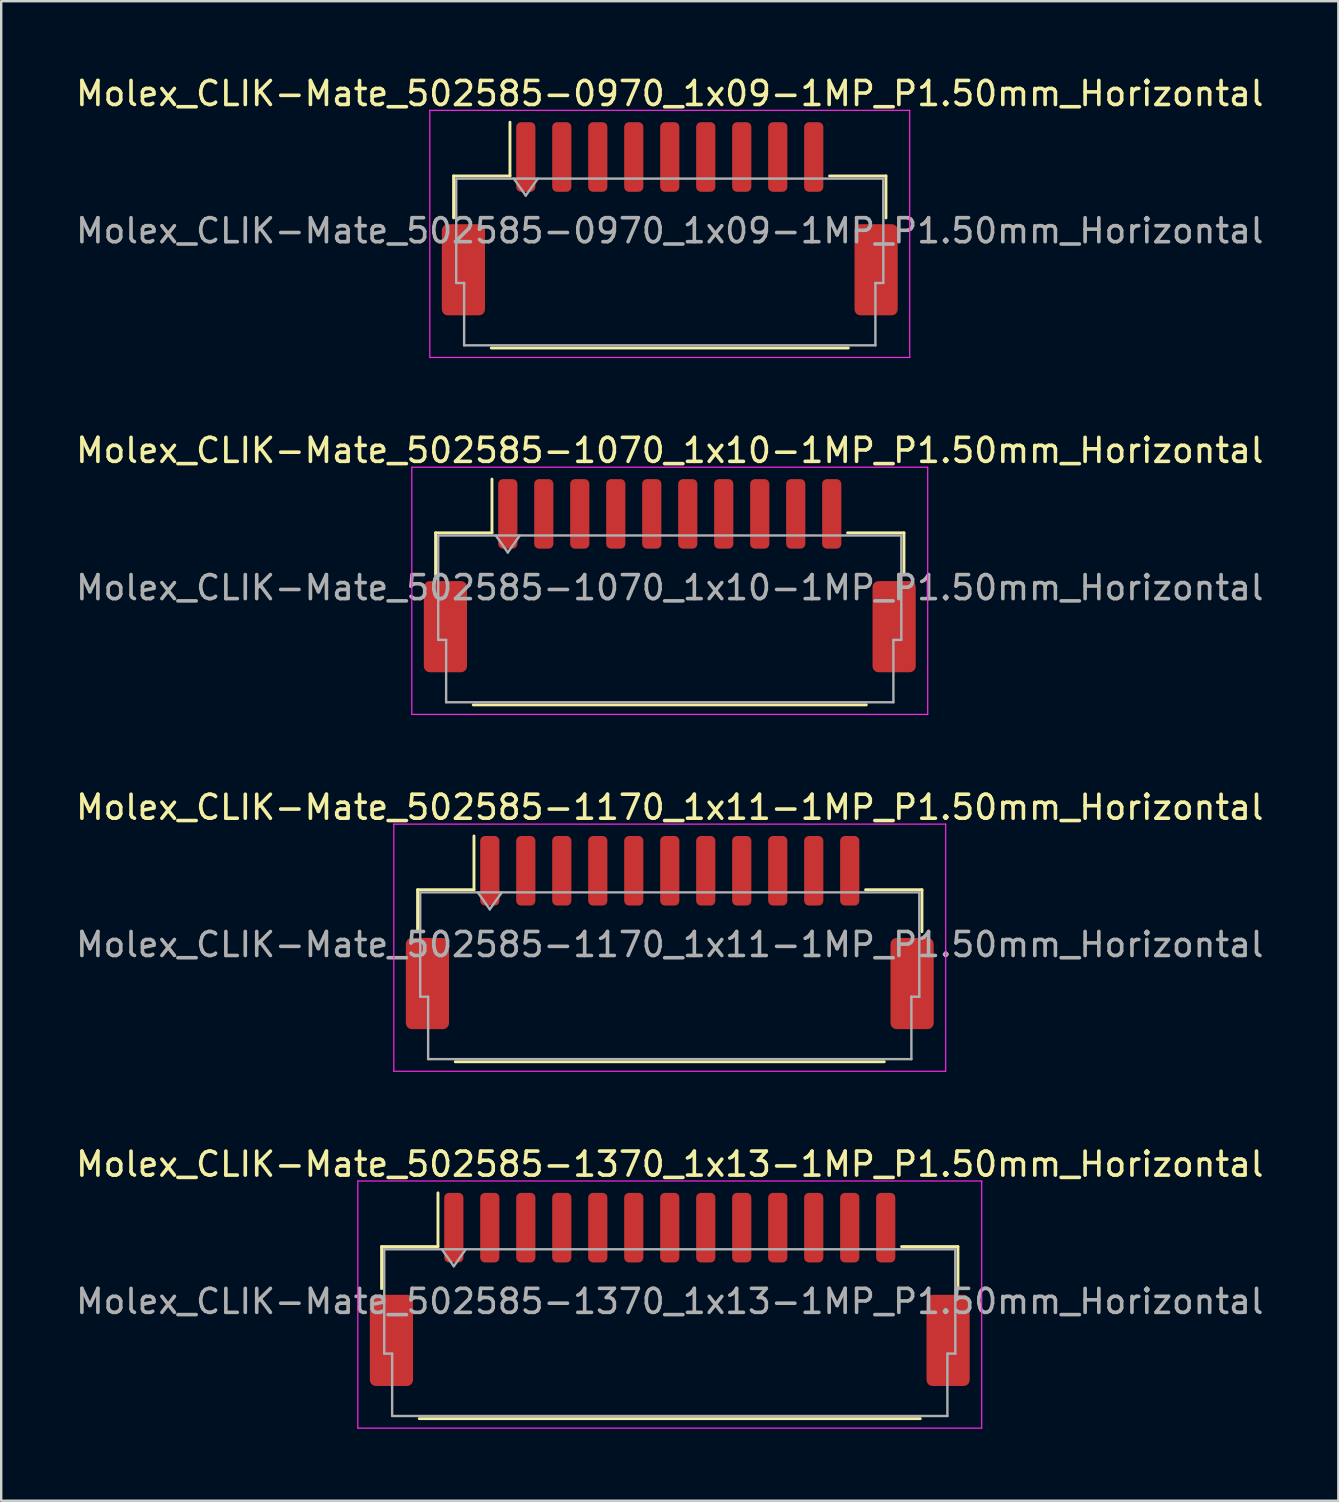
<source format=kicad_pcb>
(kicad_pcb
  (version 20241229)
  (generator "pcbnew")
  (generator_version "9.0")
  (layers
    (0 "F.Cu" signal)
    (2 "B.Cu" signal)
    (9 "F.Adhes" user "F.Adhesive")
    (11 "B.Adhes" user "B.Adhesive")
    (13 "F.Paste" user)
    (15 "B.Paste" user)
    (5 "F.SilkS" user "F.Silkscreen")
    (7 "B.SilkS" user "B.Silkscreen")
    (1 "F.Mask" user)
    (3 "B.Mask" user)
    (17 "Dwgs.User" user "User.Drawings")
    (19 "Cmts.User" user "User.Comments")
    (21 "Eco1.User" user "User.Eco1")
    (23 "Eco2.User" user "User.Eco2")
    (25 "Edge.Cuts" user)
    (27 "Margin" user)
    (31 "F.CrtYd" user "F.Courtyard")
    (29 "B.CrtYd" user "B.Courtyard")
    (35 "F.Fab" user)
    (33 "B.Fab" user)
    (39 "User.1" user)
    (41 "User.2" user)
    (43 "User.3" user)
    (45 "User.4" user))
  (footprint "Molex_CLIK-Mate_502585-1370_1x13-1MP_P1.50mm_Horizontal"
    (layer "F.Cu")
    (at 24.863 50.688)
    (property "Reference" "Molex_CLIK-Mate_502585-1370_1x13-1MP_P1.50mm_Horizontal" (at 0 -5.22 0) (layer "F.SilkS") (effects (font (size 1 1) (thickness 0.15))))
    (attr smd)
    (fp_line (start -12.01 -1.785) (end -9.66 -1.785) (stroke (width 0.12) (type solid)) (layer "F.SilkS"))
    (fp_line (start -12.01 -0.035) (end -12.01 -1.785) (stroke (width 0.12) (type solid)) (layer "F.SilkS"))
    (fp_line (start -10.44 5.385) (end 10.44 5.385) (stroke (width 0.12) (type solid)) (layer "F.SilkS"))
    (fp_line (start -9.66 -1.785) (end -9.66 -4.025) (stroke (width 0.12) (type solid)) (layer "F.SilkS"))
    (fp_line (start 12.01 -1.785) (end 9.66 -1.785) (stroke (width 0.12) (type solid)) (layer "F.SilkS"))
    (fp_line (start 12.01 -0.035) (end 12.01 -1.785) (stroke (width 0.12) (type solid)) (layer "F.SilkS"))
    (fp_line (start -13 -4.52) (end -13 5.78) (stroke (width 0.05) (type solid)) (layer "F.CrtYd"))
    (fp_line (start -13 5.78) (end 13 5.78) (stroke (width 0.05) (type solid)) (layer "F.CrtYd"))
    (fp_line (start 13 -4.52) (end -13 -4.52) (stroke (width 0.05) (type solid)) (layer "F.CrtYd"))
    (fp_line (start 13 5.78) (end 13 -4.52) (stroke (width 0.05) (type solid)) (layer "F.CrtYd"))
    (fp_line (start -11.9 -1.675) (end -11.9 2.675) (stroke (width 0.1) (type solid)) (layer "F.Fab"))
    (fp_line (start -11.9 -1.675) (end 11.9 -1.675) (stroke (width 0.1) (type solid)) (layer "F.Fab"))
    (fp_line (start -11.9 2.675) (end -11.57 2.675) (stroke (width 0.1) (type solid)) (layer "F.Fab"))
    (fp_line (start -11.57 2.675) (end -11.57 5.275) (stroke (width 0.1) (type solid)) (layer "F.Fab"))
    (fp_line (start -11.57 5.275) (end 11.57 5.275) (stroke (width 0.1) (type solid)) (layer "F.Fab"))
    (fp_line (start -9.5 -1.675) (end -9 -0.968) (stroke (width 0.1) (type solid)) (layer "F.Fab"))
    (fp_line (start -9 -0.968) (end -8.5 -1.675) (stroke (width 0.1) (type solid)) (layer "F.Fab"))
    (fp_line (start 11.57 2.675) (end 11.9 2.675) (stroke (width 0.1) (type solid)) (layer "F.Fab"))
    (fp_line (start 11.57 5.275) (end 11.57 2.675) (stroke (width 0.1) (type solid)) (layer "F.Fab"))
    (fp_line (start 11.9 -1.675) (end 11.9 2.675) (stroke (width 0.1) (type solid)) (layer "F.Fab"))
    (fp_text user "${REFERENCE}" (at 0 0.5 0) (layer "F.Fab") (effects (font (size 1 1) (thickness 0.15))))
    (pad "1" smd roundrect (at -9 -2.575) (size 0.8 2.9) (layers "F.Cu" "F.Mask" "F.Paste") (roundrect_rratio 0.25))
    (pad "2" smd roundrect (at -7.5 -2.575) (size 0.8 2.9) (layers "F.Cu" "F.Mask" "F.Paste") (roundrect_rratio 0.25))
    (pad "3" smd roundrect (at -6 -2.575) (size 0.8 2.9) (layers "F.Cu" "F.Mask" "F.Paste") (roundrect_rratio 0.25))
    (pad "4" smd roundrect (at -4.5 -2.575) (size 0.8 2.9) (layers "F.Cu" "F.Mask" "F.Paste") (roundrect_rratio 0.25))
    (pad "5" smd roundrect (at -3 -2.575) (size 0.8 2.9) (layers "F.Cu" "F.Mask" "F.Paste") (roundrect_rratio 0.25))
    (pad "6" smd roundrect (at -1.5 -2.575) (size 0.8 2.9) (layers "F.Cu" "F.Mask" "F.Paste") (roundrect_rratio 0.25))
    (pad "7" smd roundrect (at 0 -2.575) (size 0.8 2.9) (layers "F.Cu" "F.Mask" "F.Paste") (roundrect_rratio 0.25))
    (pad "8" smd roundrect (at 1.5 -2.575) (size 0.8 2.9) (layers "F.Cu" "F.Mask" "F.Paste") (roundrect_rratio 0.25))
    (pad "9" smd roundrect (at 3 -2.575) (size 0.8 2.9) (layers "F.Cu" "F.Mask" "F.Paste") (roundrect_rratio 0.25))
    (pad "10" smd roundrect (at 4.5 -2.575) (size 0.8 2.9) (layers "F.Cu" "F.Mask" "F.Paste") (roundrect_rratio 0.25))
    (pad "11" smd roundrect (at 6 -2.575) (size 0.8 2.9) (layers "F.Cu" "F.Mask" "F.Paste") (roundrect_rratio 0.25))
    (pad "12" smd roundrect (at 7.5 -2.575) (size 0.8 2.9) (layers "F.Cu" "F.Mask" "F.Paste") (roundrect_rratio 0.25))
    (pad "13" smd roundrect (at 9 -2.575) (size 0.8 2.9) (layers "F.Cu" "F.Mask" "F.Paste") (roundrect_rratio 0.25))
    (pad "MP" smd roundrect (at -11.6 2.125) (size 1.8 3.8) (layers "F.Cu" "F.Mask" "F.Paste") (roundrect_rratio 0.139))
    (pad "MP" smd roundrect (at 11.6 2.125) (size 1.8 3.8) (layers "F.Cu" "F.Mask" "F.Paste") (roundrect_rratio 0.139)))
  (footprint "Molex_CLIK-Mate_502585-1070_1x10-1MP_P1.50mm_Horizontal"
    (layer "F.Cu")
    (at 24.863 20.942)
    (property "Reference" "Molex_CLIK-Mate_502585-1070_1x10-1MP_P1.50mm_Horizontal" (at 0 -5.22 0) (layer "F.SilkS") (effects (font (size 1 1) (thickness 0.15))))
    (attr smd)
    (fp_line (start -9.76 -1.785) (end -7.41 -1.785) (stroke (width 0.12) (type solid)) (layer "F.SilkS"))
    (fp_line (start -9.76 -0.035) (end -9.76 -1.785) (stroke (width 0.12) (type solid)) (layer "F.SilkS"))
    (fp_line (start -8.19 5.385) (end 8.19 5.385) (stroke (width 0.12) (type solid)) (layer "F.SilkS"))
    (fp_line (start -7.41 -1.785) (end -7.41 -4.025) (stroke (width 0.12) (type solid)) (layer "F.SilkS"))
    (fp_line (start 9.76 -1.785) (end 7.41 -1.785) (stroke (width 0.12) (type solid)) (layer "F.SilkS"))
    (fp_line (start 9.76 -0.035) (end 9.76 -1.785) (stroke (width 0.12) (type solid)) (layer "F.SilkS"))
    (fp_line (start -10.75 -4.52) (end -10.75 5.78) (stroke (width 0.05) (type solid)) (layer "F.CrtYd"))
    (fp_line (start -10.75 5.78) (end 10.75 5.78) (stroke (width 0.05) (type solid)) (layer "F.CrtYd"))
    (fp_line (start 10.75 -4.52) (end -10.75 -4.52) (stroke (width 0.05) (type solid)) (layer "F.CrtYd"))
    (fp_line (start 10.75 5.78) (end 10.75 -4.52) (stroke (width 0.05) (type solid)) (layer "F.CrtYd"))
    (fp_line (start -9.65 -1.675) (end -9.65 2.675) (stroke (width 0.1) (type solid)) (layer "F.Fab"))
    (fp_line (start -9.65 -1.675) (end 9.65 -1.675) (stroke (width 0.1) (type solid)) (layer "F.Fab"))
    (fp_line (start -9.65 2.675) (end -9.32 2.675) (stroke (width 0.1) (type solid)) (layer "F.Fab"))
    (fp_line (start -9.32 2.675) (end -9.32 5.275) (stroke (width 0.1) (type solid)) (layer "F.Fab"))
    (fp_line (start -9.32 5.275) (end 9.32 5.275) (stroke (width 0.1) (type solid)) (layer "F.Fab"))
    (fp_line (start -7.25 -1.675) (end -6.75 -0.968) (stroke (width 0.1) (type solid)) (layer "F.Fab"))
    (fp_line (start -6.75 -0.968) (end -6.25 -1.675) (stroke (width 0.1) (type solid)) (layer "F.Fab"))
    (fp_line (start 9.32 2.675) (end 9.65 2.675) (stroke (width 0.1) (type solid)) (layer "F.Fab"))
    (fp_line (start 9.32 5.275) (end 9.32 2.675) (stroke (width 0.1) (type solid)) (layer "F.Fab"))
    (fp_line (start 9.65 -1.675) (end 9.65 2.675) (stroke (width 0.1) (type solid)) (layer "F.Fab"))
    (fp_text user "${REFERENCE}" (at 0 0.5 0) (layer "F.Fab") (effects (font (size 1 1) (thickness 0.15))))
    (pad "1" smd roundrect (at -6.75 -2.575) (size 0.8 2.9) (layers "F.Cu" "F.Mask" "F.Paste") (roundrect_rratio 0.25))
    (pad "2" smd roundrect (at -5.25 -2.575) (size 0.8 2.9) (layers "F.Cu" "F.Mask" "F.Paste") (roundrect_rratio 0.25))
    (pad "3" smd roundrect (at -3.75 -2.575) (size 0.8 2.9) (layers "F.Cu" "F.Mask" "F.Paste") (roundrect_rratio 0.25))
    (pad "4" smd roundrect (at -2.25 -2.575) (size 0.8 2.9) (layers "F.Cu" "F.Mask" "F.Paste") (roundrect_rratio 0.25))
    (pad "5" smd roundrect (at -0.75 -2.575) (size 0.8 2.9) (layers "F.Cu" "F.Mask" "F.Paste") (roundrect_rratio 0.25))
    (pad "6" smd roundrect (at 0.75 -2.575) (size 0.8 2.9) (layers "F.Cu" "F.Mask" "F.Paste") (roundrect_rratio 0.25))
    (pad "7" smd roundrect (at 2.25 -2.575) (size 0.8 2.9) (layers "F.Cu" "F.Mask" "F.Paste") (roundrect_rratio 0.25))
    (pad "8" smd roundrect (at 3.75 -2.575) (size 0.8 2.9) (layers "F.Cu" "F.Mask" "F.Paste") (roundrect_rratio 0.25))
    (pad "9" smd roundrect (at 5.25 -2.575) (size 0.8 2.9) (layers "F.Cu" "F.Mask" "F.Paste") (roundrect_rratio 0.25))
    (pad "10" smd roundrect (at 6.75 -2.575) (size 0.8 2.9) (layers "F.Cu" "F.Mask" "F.Paste") (roundrect_rratio 0.25))
    (pad "MP" smd roundrect (at -9.35 2.125) (size 1.8 3.8) (layers "F.Cu" "F.Mask" "F.Paste") (roundrect_rratio 0.139))
    (pad "MP" smd roundrect (at 9.35 2.125) (size 1.8 3.8) (layers "F.Cu" "F.Mask" "F.Paste") (roundrect_rratio 0.139)))
  (footprint "Molex_CLIK-Mate_502585-1170_1x11-1MP_P1.50mm_Horizontal"
    (layer "F.Cu")
    (at 24.863 35.815)
    (property "Reference" "Molex_CLIK-Mate_502585-1170_1x11-1MP_P1.50mm_Horizontal" (at 0 -5.22 0) (layer "F.SilkS") (effects (font (size 1 1) (thickness 0.15))))
    (attr smd)
    (fp_line (start -10.51 -1.785) (end -8.16 -1.785) (stroke (width 0.12) (type solid)) (layer "F.SilkS"))
    (fp_line (start -10.51 -0.035) (end -10.51 -1.785) (stroke (width 0.12) (type solid)) (layer "F.SilkS"))
    (fp_line (start -8.94 5.385) (end 8.94 5.385) (stroke (width 0.12) (type solid)) (layer "F.SilkS"))
    (fp_line (start -8.16 -1.785) (end -8.16 -4.025) (stroke (width 0.12) (type solid)) (layer "F.SilkS"))
    (fp_line (start 10.51 -1.785) (end 8.16 -1.785) (stroke (width 0.12) (type solid)) (layer "F.SilkS"))
    (fp_line (start 10.51 -0.035) (end 10.51 -1.785) (stroke (width 0.12) (type solid)) (layer "F.SilkS"))
    (fp_line (start -11.5 -4.52) (end -11.5 5.78) (stroke (width 0.05) (type solid)) (layer "F.CrtYd"))
    (fp_line (start -11.5 5.78) (end 11.5 5.78) (stroke (width 0.05) (type solid)) (layer "F.CrtYd"))
    (fp_line (start 11.5 -4.52) (end -11.5 -4.52) (stroke (width 0.05) (type solid)) (layer "F.CrtYd"))
    (fp_line (start 11.5 5.78) (end 11.5 -4.52) (stroke (width 0.05) (type solid)) (layer "F.CrtYd"))
    (fp_line (start -10.4 -1.675) (end -10.4 2.675) (stroke (width 0.1) (type solid)) (layer "F.Fab"))
    (fp_line (start -10.4 -1.675) (end 10.4 -1.675) (stroke (width 0.1) (type solid)) (layer "F.Fab"))
    (fp_line (start -10.4 2.675) (end -10.07 2.675) (stroke (width 0.1) (type solid)) (layer "F.Fab"))
    (fp_line (start -10.07 2.675) (end -10.07 5.275) (stroke (width 0.1) (type solid)) (layer "F.Fab"))
    (fp_line (start -10.07 5.275) (end 10.07 5.275) (stroke (width 0.1) (type solid)) (layer "F.Fab"))
    (fp_line (start -8 -1.675) (end -7.5 -0.968) (stroke (width 0.1) (type solid)) (layer "F.Fab"))
    (fp_line (start -7.5 -0.968) (end -7 -1.675) (stroke (width 0.1) (type solid)) (layer "F.Fab"))
    (fp_line (start 10.07 2.675) (end 10.4 2.675) (stroke (width 0.1) (type solid)) (layer "F.Fab"))
    (fp_line (start 10.07 5.275) (end 10.07 2.675) (stroke (width 0.1) (type solid)) (layer "F.Fab"))
    (fp_line (start 10.4 -1.675) (end 10.4 2.675) (stroke (width 0.1) (type solid)) (layer "F.Fab"))
    (fp_text user "${REFERENCE}" (at 0 0.5 0) (layer "F.Fab") (effects (font (size 1 1) (thickness 0.15))))
    (pad "1" smd roundrect (at -7.5 -2.575) (size 0.8 2.9) (layers "F.Cu" "F.Mask" "F.Paste") (roundrect_rratio 0.25))
    (pad "2" smd roundrect (at -6 -2.575) (size 0.8 2.9) (layers "F.Cu" "F.Mask" "F.Paste") (roundrect_rratio 0.25))
    (pad "3" smd roundrect (at -4.5 -2.575) (size 0.8 2.9) (layers "F.Cu" "F.Mask" "F.Paste") (roundrect_rratio 0.25))
    (pad "4" smd roundrect (at -3 -2.575) (size 0.8 2.9) (layers "F.Cu" "F.Mask" "F.Paste") (roundrect_rratio 0.25))
    (pad "5" smd roundrect (at -1.5 -2.575) (size 0.8 2.9) (layers "F.Cu" "F.Mask" "F.Paste") (roundrect_rratio 0.25))
    (pad "6" smd roundrect (at 0 -2.575) (size 0.8 2.9) (layers "F.Cu" "F.Mask" "F.Paste") (roundrect_rratio 0.25))
    (pad "7" smd roundrect (at 1.5 -2.575) (size 0.8 2.9) (layers "F.Cu" "F.Mask" "F.Paste") (roundrect_rratio 0.25))
    (pad "8" smd roundrect (at 3 -2.575) (size 0.8 2.9) (layers "F.Cu" "F.Mask" "F.Paste") (roundrect_rratio 0.25))
    (pad "9" smd roundrect (at 4.5 -2.575) (size 0.8 2.9) (layers "F.Cu" "F.Mask" "F.Paste") (roundrect_rratio 0.25))
    (pad "10" smd roundrect (at 6 -2.575) (size 0.8 2.9) (layers "F.Cu" "F.Mask" "F.Paste") (roundrect_rratio 0.25))
    (pad "11" smd roundrect (at 7.5 -2.575) (size 0.8 2.9) (layers "F.Cu" "F.Mask" "F.Paste") (roundrect_rratio 0.25))
    (pad "MP" smd roundrect (at -10.1 2.125) (size 1.8 3.8) (layers "F.Cu" "F.Mask" "F.Paste") (roundrect_rratio 0.139))
    (pad "MP" smd roundrect (at 10.1 2.125) (size 1.8 3.8) (layers "F.Cu" "F.Mask" "F.Paste") (roundrect_rratio 0.139)))
  (footprint "Molex_CLIK-Mate_502585-0970_1x09-1MP_P1.50mm_Horizontal"
    (layer "F.Cu")
    (at 24.863 6.068)
    (property "Reference" "Molex_CLIK-Mate_502585-0970_1x09-1MP_P1.50mm_Horizontal" (at 0 -5.22 0) (layer "F.SilkS") (effects (font (size 1 1) (thickness 0.15))))
    (attr smd)
    (fp_line (start -9.01 -1.785) (end -6.66 -1.785) (stroke (width 0.12) (type solid)) (layer "F.SilkS"))
    (fp_line (start -9.01 -0.035) (end -9.01 -1.785) (stroke (width 0.12) (type solid)) (layer "F.SilkS"))
    (fp_line (start -7.44 5.385) (end 7.44 5.385) (stroke (width 0.12) (type solid)) (layer "F.SilkS"))
    (fp_line (start -6.66 -1.785) (end -6.66 -4.025) (stroke (width 0.12) (type solid)) (layer "F.SilkS"))
    (fp_line (start 9.01 -1.785) (end 6.66 -1.785) (stroke (width 0.12) (type solid)) (layer "F.SilkS"))
    (fp_line (start 9.01 -0.035) (end 9.01 -1.785) (stroke (width 0.12) (type solid)) (layer "F.SilkS"))
    (fp_line (start -10 -4.52) (end -10 5.78) (stroke (width 0.05) (type solid)) (layer "F.CrtYd"))
    (fp_line (start -10 5.78) (end 10 5.78) (stroke (width 0.05) (type solid)) (layer "F.CrtYd"))
    (fp_line (start 10 -4.52) (end -10 -4.52) (stroke (width 0.05) (type solid)) (layer "F.CrtYd"))
    (fp_line (start 10 5.78) (end 10 -4.52) (stroke (width 0.05) (type solid)) (layer "F.CrtYd"))
    (fp_line (start -8.9 -1.675) (end -8.9 2.675) (stroke (width 0.1) (type solid)) (layer "F.Fab"))
    (fp_line (start -8.9 -1.675) (end 8.9 -1.675) (stroke (width 0.1) (type solid)) (layer "F.Fab"))
    (fp_line (start -8.9 2.675) (end -8.57 2.675) (stroke (width 0.1) (type solid)) (layer "F.Fab"))
    (fp_line (start -8.57 2.675) (end -8.57 5.275) (stroke (width 0.1) (type solid)) (layer "F.Fab"))
    (fp_line (start -8.57 5.275) (end 8.57 5.275) (stroke (width 0.1) (type solid)) (layer "F.Fab"))
    (fp_line (start -6.5 -1.675) (end -6 -0.968) (stroke (width 0.1) (type solid)) (layer "F.Fab"))
    (fp_line (start -6 -0.968) (end -5.5 -1.675) (stroke (width 0.1) (type solid)) (layer "F.Fab"))
    (fp_line (start 8.57 2.675) (end 8.9 2.675) (stroke (width 0.1) (type solid)) (layer "F.Fab"))
    (fp_line (start 8.57 5.275) (end 8.57 2.675) (stroke (width 0.1) (type solid)) (layer "F.Fab"))
    (fp_line (start 8.9 -1.675) (end 8.9 2.675) (stroke (width 0.1) (type solid)) (layer "F.Fab"))
    (fp_text user "${REFERENCE}" (at 0 0.5 0) (layer "F.Fab") (effects (font (size 1 1) (thickness 0.15))))
    (pad "1" smd roundrect (at -6 -2.575) (size 0.8 2.9) (layers "F.Cu" "F.Mask" "F.Paste") (roundrect_rratio 0.25))
    (pad "2" smd roundrect (at -4.5 -2.575) (size 0.8 2.9) (layers "F.Cu" "F.Mask" "F.Paste") (roundrect_rratio 0.25))
    (pad "3" smd roundrect (at -3 -2.575) (size 0.8 2.9) (layers "F.Cu" "F.Mask" "F.Paste") (roundrect_rratio 0.25))
    (pad "4" smd roundrect (at -1.5 -2.575) (size 0.8 2.9) (layers "F.Cu" "F.Mask" "F.Paste") (roundrect_rratio 0.25))
    (pad "5" smd roundrect (at 0 -2.575) (size 0.8 2.9) (layers "F.Cu" "F.Mask" "F.Paste") (roundrect_rratio 0.25))
    (pad "6" smd roundrect (at 1.5 -2.575) (size 0.8 2.9) (layers "F.Cu" "F.Mask" "F.Paste") (roundrect_rratio 0.25))
    (pad "7" smd roundrect (at 3 -2.575) (size 0.8 2.9) (layers "F.Cu" "F.Mask" "F.Paste") (roundrect_rratio 0.25))
    (pad "8" smd roundrect (at 4.5 -2.575) (size 0.8 2.9) (layers "F.Cu" "F.Mask" "F.Paste") (roundrect_rratio 0.25))
    (pad "9" smd roundrect (at 6 -2.575) (size 0.8 2.9) (layers "F.Cu" "F.Mask" "F.Paste") (roundrect_rratio 0.25))
    (pad "MP" smd roundrect (at -8.6 2.125) (size 1.8 3.8) (layers "F.Cu" "F.Mask" "F.Paste") (roundrect_rratio 0.139))
    (pad "MP" smd roundrect (at 8.6 2.125) (size 1.8 3.8) (layers "F.Cu" "F.Mask" "F.Paste") (roundrect_rratio 0.139)))
  (gr_rect
    (start -3 -3)
    (end 52.726 59.493)
    (stroke (width 0.1) (type default))
    (fill no)
    (layer "Edge.Cuts")))
</source>
